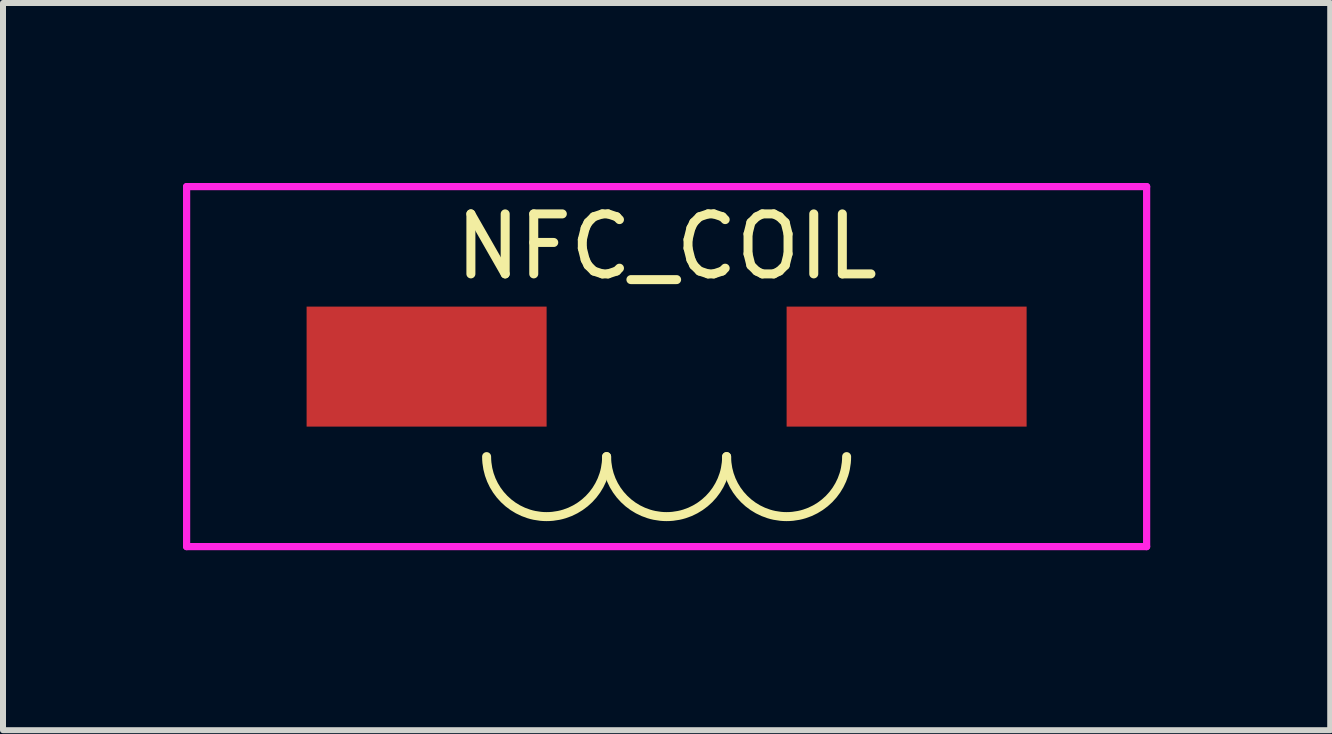
<source format=kicad_pcb>
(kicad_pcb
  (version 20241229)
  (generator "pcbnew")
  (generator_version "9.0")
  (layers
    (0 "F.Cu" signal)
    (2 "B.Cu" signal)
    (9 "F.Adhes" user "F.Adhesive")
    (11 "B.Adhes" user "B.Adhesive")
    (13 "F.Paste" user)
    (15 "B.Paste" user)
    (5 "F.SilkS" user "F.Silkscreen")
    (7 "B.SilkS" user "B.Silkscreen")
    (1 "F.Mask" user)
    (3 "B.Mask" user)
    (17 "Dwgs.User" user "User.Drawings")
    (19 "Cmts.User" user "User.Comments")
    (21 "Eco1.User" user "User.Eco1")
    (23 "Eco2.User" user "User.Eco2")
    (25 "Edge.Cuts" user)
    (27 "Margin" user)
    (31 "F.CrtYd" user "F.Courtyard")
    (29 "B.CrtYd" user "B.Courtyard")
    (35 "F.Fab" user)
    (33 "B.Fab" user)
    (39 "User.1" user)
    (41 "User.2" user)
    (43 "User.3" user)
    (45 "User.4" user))
  (footprint "NFC_COIL"
    (layer "F.Cu")
    (at 8.06 3.06)
    (property "Reference" "NFC_COIL" (at 0 -2 0) (layer "F.SilkS") (effects (font (size 1 1) (thickness 0.15))))
    (attr through_hole)
    (fp_arc (start -1 1.5) (mid -2 2.5) (end -3 1.5) (stroke (width 0.15) (type solid)) (layer "F.SilkS"))
    (fp_arc (start 1 1.5) (mid 0 2.5) (end -1 1.5) (stroke (width 0.15) (type solid)) (layer "F.SilkS"))
    (fp_arc (start 3 1.5) (mid 2 2.5) (end 1 1.5) (stroke (width 0.15) (type solid)) (layer "F.SilkS"))
    (fp_line (start -8 -3) (end 8 -3) (stroke (width 0.12) (type solid)) (layer "F.CrtYd"))
    (fp_line (start -8 3) (end -8 -3) (stroke (width 0.12) (type solid)) (layer "F.CrtYd"))
    (fp_line (start 8 -3) (end 8 3) (stroke (width 0.12) (type solid)) (layer "F.CrtYd"))
    (fp_line (start 8 3) (end -8 3) (stroke (width 0.12) (type solid)) (layer "F.CrtYd"))
    (pad "1" smd rect (at -4 0 90) (size 2 4) (layers "F.Cu" "F.Mask" "F.Paste"))
    (pad "2" smd rect (at 4 0 90) (size 2 4) (layers "F.Cu" "F.Mask" "F.Paste")))
  (gr_rect
    (start -3 -3)
    (end 19.12 9.12)
    (stroke (width 0.1) (type default))
    (fill no)
    (layer "Edge.Cuts")))
</source>
